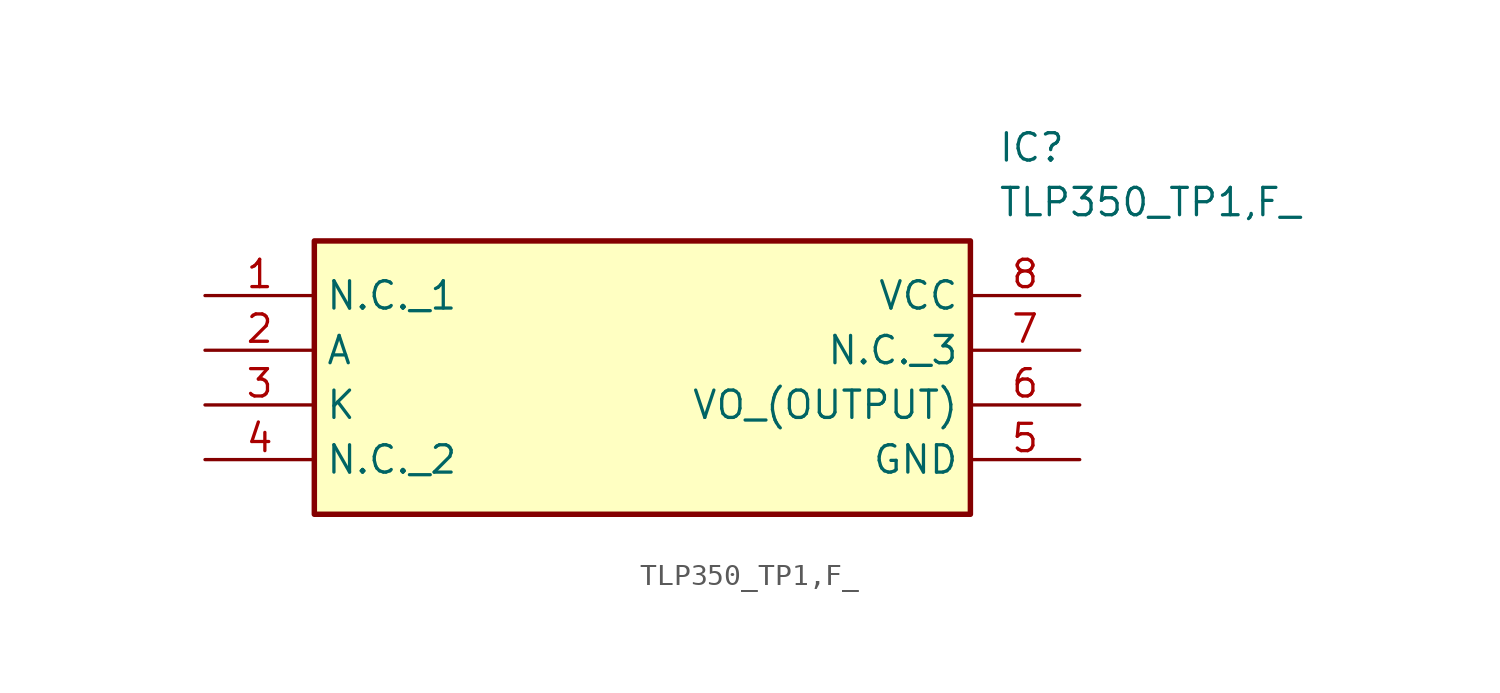
<source format=kicad_sym>
(kicad_symbol_lib
  (version 20211014)
  (generator SamacSys_ECAD_Model)
  (symbol "TLP350_TP1,F_"
    (property "Reference" "IC"
      (at 36.83 7.62 0)
      (effects (font (size 1.27 1.27)) (justify left top)))
    (property "Value" "TLP350_TP1,F_"
      (at 36.83 5.08 0)
      (effects (font (size 1.27 1.27)) (justify left top)))
    (rectangle
      (start 5.08 2.54)
      (end 35.56 -10.16)
      (stroke (width 0.254) (type default))
      (fill (type background)))
    (pin passive line
      (at 0 0 0)
      (length 5.08)
      (name "N.C._1" (effects (font (size 1.27 1.27))))
      (number "1" (effects (font (size 1.27 1.27)))))
    (pin passive line
      (at 0 -2.54 0)
      (length 5.08)
      (name "A" (effects (font (size 1.27 1.27))))
      (number "2" (effects (font (size 1.27 1.27)))))
    (pin passive line
      (at 0 -5.08 0)
      (length 5.08)
      (name "K" (effects (font (size 1.27 1.27))))
      (number "3" (effects (font (size 1.27 1.27)))))
    (pin passive line
      (at 0 -7.62 0)
      (length 5.08)
      (name "N.C._2" (effects (font (size 1.27 1.27))))
      (number "4" (effects (font (size 1.27 1.27)))))
    (pin passive line
      (at 40.64 0 180)
      (length 5.08)
      (name "VCC" (effects (font (size 1.27 1.27))))
      (number "8" (effects (font (size 1.27 1.27)))))
    (pin passive line
      (at 40.64 -2.54 180)
      (length 5.08)
      (name "N.C._3" (effects (font (size 1.27 1.27))))
      (number "7" (effects (font (size 1.27 1.27)))))
    (pin passive line
      (at 40.64 -5.08 180)
      (length 5.08)
      (name "VO_(OUTPUT)" (effects (font (size 1.27 1.27))))
      (number "6" (effects (font (size 1.27 1.27)))))
    (pin passive line
      (at 40.64 -7.62 180)
      (length 5.08)
      (name "GND" (effects (font (size 1.27 1.27))))
      (number "5" (effects (font (size 1.27 1.27)))))))
</source>
